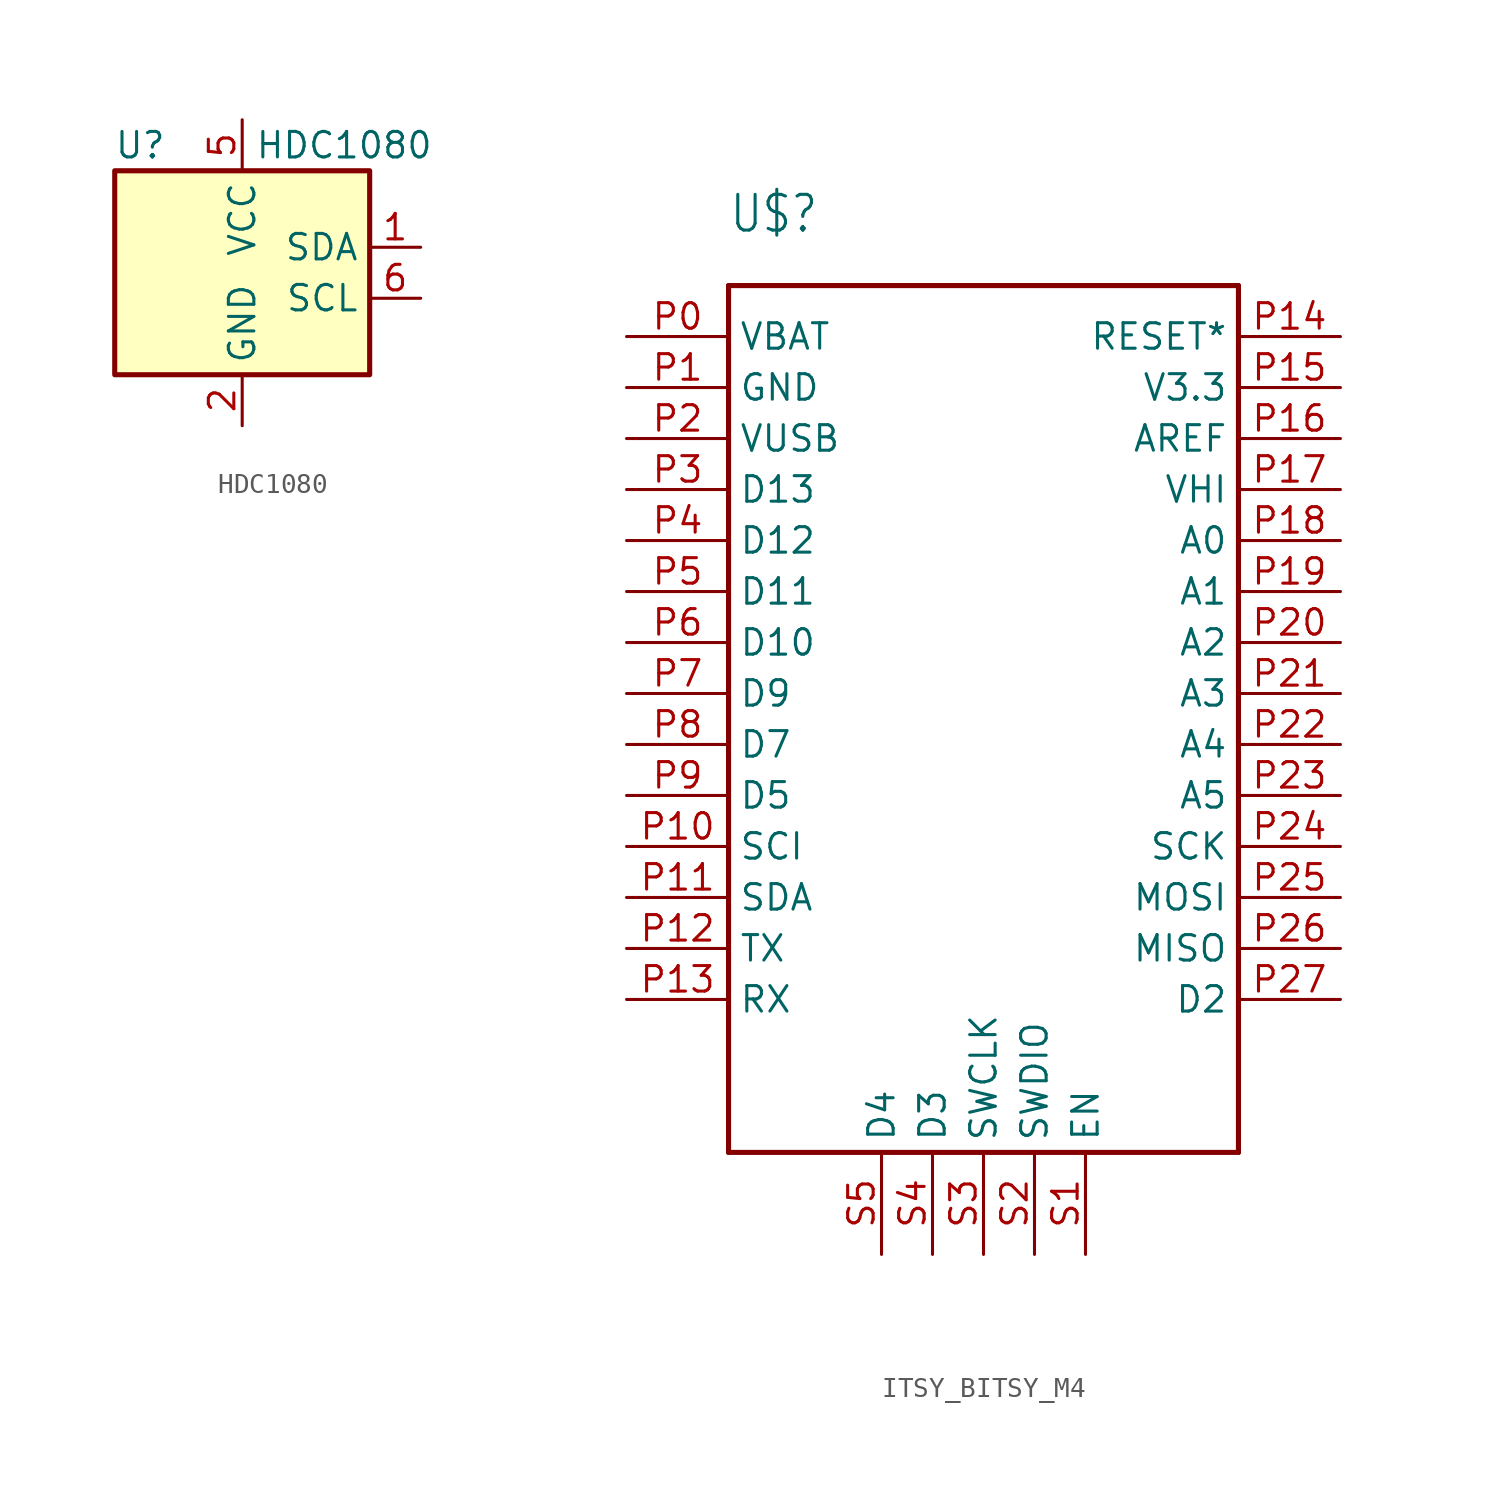
<source format=kicad_sym>
(kicad_symbol_lib
  (version 20241209)
  (generator "kicad_symbol_editor")
  (generator_version "9.0")
  (symbol "HDC1080"
    (property "Reference" "U"
      (at -5.08 6.35 0)
      (effects (font (size 1.27 1.27))))
    (property "Value" "HDC1080"
      (at 5.08 6.35 0)
      (effects (font (size 1.27 1.27))))
    (symbol "HDC1080_0_1"
      (rectangle (start -6.35 5.08) (end 6.35 -5.08) (stroke (width 0.254) (type default)) (fill (type background))))
    (symbol "HDC1080_1_1"
      (pin no_connect line (at -6.35 2.54 0) (length 2.54) (hide yes) (name "DAP" (effects (font (size 1.27 1.27)))) (number "7" (effects (font (size 1.27 1.27)))))
      (pin no_connect line (at -6.35 0 0) (length 2.54) (hide yes) (name "NC" (effects (font (size 1.27 1.27)))) (number "3" (effects (font (size 1.27 1.27)))))
      (pin no_connect line (at -6.35 -2.54 0) (length 2.54) (hide yes) (name "NC" (effects (font (size 1.27 1.27)))) (number "4" (effects (font (size 1.27 1.27)))))
      (pin power_in line (at 0 7.62 270) (length 2.54) (name "VCC" (effects (font (size 1.27 1.27)))) (number "5" (effects (font (size 1.27 1.27)))))
      (pin power_in line (at 0 -7.62 90) (length 2.54) (name "GND" (effects (font (size 1.27 1.27)))) (number "2" (effects (font (size 1.27 1.27)))))
      (pin bidirectional line (at 8.89 1.27 180) (length 2.54) (name "SDA" (effects (font (size 1.27 1.27)))) (number "1" (effects (font (size 1.27 1.27)))))
      (pin input line (at 8.89 -1.27 180) (length 2.54) (name "SCL" (effects (font (size 1.27 1.27)))) (number "6" (effects (font (size 1.27 1.27)))))))
  (symbol "ITSY_BITSY_M4"
    (property "Reference" "U$"
      (at -10.16 5.08 0)
      (effects (font (size 1.778 1.511)) (justify left bottom)))
    (property "Value" ""
      (at -10.16 2.54 0)
      (effects (font (size 1.778 1.511)) (justify left bottom)))
    (property "ki_locked" ""
      (at 0 0 0)
      (effects (font (size 1.27 1.27))))
    (symbol "ITSY_BITSY_M4_1_0"
      (polyline (pts (xy -10.16 2.54) (xy 15.24 2.54)) (stroke (width 0.254) (type solid)) (fill (type none)))
      (polyline (pts (xy -10.16 -40.64) (xy -10.16 2.54)) (stroke (width 0.254) (type solid)) (fill (type none)))
      (polyline (pts (xy 15.24 2.54) (xy 15.24 -40.64)) (stroke (width 0.254) (type solid)) (fill (type none)))
      (polyline (pts (xy 15.24 -40.64) (xy -10.16 -40.64)) (stroke (width 0.254) (type solid)) (fill (type none)))
      (pin bidirectional line (at -15.24 0 0) (length 5.08) (name "VBAT" (effects (font (size 1.27 1.27)))) (number "P0" (effects (font (size 1.27 1.27)))))
      (pin bidirectional line (at -15.24 -2.54 0) (length 5.08) (name "GND" (effects (font (size 1.27 1.27)))) (number "P1" (effects (font (size 1.27 1.27)))))
      (pin bidirectional line (at -15.24 -5.08 0) (length 5.08) (name "VUSB" (effects (font (size 1.27 1.27)))) (number "P2" (effects (font (size 1.27 1.27)))))
      (pin bidirectional line (at -15.24 -7.62 0) (length 5.08) (name "D13" (effects (font (size 1.27 1.27)))) (number "P3" (effects (font (size 1.27 1.27)))))
      (pin bidirectional line (at -15.24 -10.16 0) (length 5.08) (name "D12" (effects (font (size 1.27 1.27)))) (number "P4" (effects (font (size 1.27 1.27)))))
      (pin bidirectional line (at -15.24 -12.7 0) (length 5.08) (name "D11" (effects (font (size 1.27 1.27)))) (number "P5" (effects (font (size 1.27 1.27)))))
      (pin bidirectional line (at -15.24 -15.24 0) (length 5.08) (name "D10" (effects (font (size 1.27 1.27)))) (number "P6" (effects (font (size 1.27 1.27)))))
      (pin bidirectional line (at -15.24 -17.78 0) (length 5.08) (name "D9" (effects (font (size 1.27 1.27)))) (number "P7" (effects (font (size 1.27 1.27)))))
      (pin bidirectional line (at -15.24 -20.32 0) (length 5.08) (name "D7" (effects (font (size 1.27 1.27)))) (number "P8" (effects (font (size 1.27 1.27)))))
      (pin bidirectional line (at -15.24 -22.86 0) (length 5.08) (name "D5" (effects (font (size 1.27 1.27)))) (number "P9" (effects (font (size 1.27 1.27)))))
      (pin bidirectional line (at -15.24 -25.4 0) (length 5.08) (name "SCI" (effects (font (size 1.27 1.27)))) (number "P10" (effects (font (size 1.27 1.27)))))
      (pin bidirectional line (at -15.24 -27.94 0) (length 5.08) (name "SDA" (effects (font (size 1.27 1.27)))) (number "P11" (effects (font (size 1.27 1.27)))))
      (pin bidirectional line (at -15.24 -30.48 0) (length 5.08) (name "TX" (effects (font (size 1.27 1.27)))) (number "P12" (effects (font (size 1.27 1.27)))))
      (pin bidirectional line (at -15.24 -33.02 0) (length 5.08) (name "RX" (effects (font (size 1.27 1.27)))) (number "P13" (effects (font (size 1.27 1.27)))))
      (pin bidirectional line (at -2.54 -45.72 90) (length 5.08) (name "D4" (effects (font (size 1.27 1.27)))) (number "S5" (effects (font (size 1.27 1.27)))))
      (pin bidirectional line (at 0 -45.72 90) (length 5.08) (name "D3" (effects (font (size 1.27 1.27)))) (number "S4" (effects (font (size 1.27 1.27)))))
      (pin bidirectional line (at 2.54 -45.72 90) (length 5.08) (name "SWCLK" (effects (font (size 1.27 1.27)))) (number "S3" (effects (font (size 1.27 1.27)))))
      (pin bidirectional line (at 5.08 -45.72 90) (length 5.08) (name "SWDIO" (effects (font (size 1.27 1.27)))) (number "S2" (effects (font (size 1.27 1.27)))))
      (pin bidirectional line (at 7.62 -45.72 90) (length 5.08) (name "EN" (effects (font (size 1.27 1.27)))) (number "S1" (effects (font (size 1.27 1.27)))))
      (pin bidirectional line (at 20.32 0 180) (length 5.08) (name "RESET*" (effects (font (size 1.27 1.27)))) (number "P14" (effects (font (size 1.27 1.27)))))
      (pin bidirectional line (at 20.32 -2.54 180) (length 5.08) (name "V3.3" (effects (font (size 1.27 1.27)))) (number "P15" (effects (font (size 1.27 1.27)))))
      (pin bidirectional line (at 20.32 -5.08 180) (length 5.08) (name "AREF" (effects (font (size 1.27 1.27)))) (number "P16" (effects (font (size 1.27 1.27)))))
      (pin bidirectional line (at 20.32 -7.62 180) (length 5.08) (name "VHI" (effects (font (size 1.27 1.27)))) (number "P17" (effects (font (size 1.27 1.27)))))
      (pin bidirectional line (at 20.32 -10.16 180) (length 5.08) (name "A0" (effects (font (size 1.27 1.27)))) (number "P18" (effects (font (size 1.27 1.27)))))
      (pin bidirectional line (at 20.32 -12.7 180) (length 5.08) (name "A1" (effects (font (size 1.27 1.27)))) (number "P19" (effects (font (size 1.27 1.27)))))
      (pin bidirectional line (at 20.32 -15.24 180) (length 5.08) (name "A2" (effects (font (size 1.27 1.27)))) (number "P20" (effects (font (size 1.27 1.27)))))
      (pin bidirectional line (at 20.32 -17.78 180) (length 5.08) (name "A3" (effects (font (size 1.27 1.27)))) (number "P21" (effects (font (size 1.27 1.27)))))
      (pin bidirectional line (at 20.32 -20.32 180) (length 5.08) (name "A4" (effects (font (size 1.27 1.27)))) (number "P22" (effects (font (size 1.27 1.27)))))
      (pin bidirectional line (at 20.32 -22.86 180) (length 5.08) (name "A5" (effects (font (size 1.27 1.27)))) (number "P23" (effects (font (size 1.27 1.27)))))
      (pin bidirectional line (at 20.32 -25.4 180) (length 5.08) (name "SCK" (effects (font (size 1.27 1.27)))) (number "P24" (effects (font (size 1.27 1.27)))))
      (pin bidirectional line (at 20.32 -27.94 180) (length 5.08) (name "MOSI" (effects (font (size 1.27 1.27)))) (number "P25" (effects (font (size 1.27 1.27)))))
      (pin bidirectional line (at 20.32 -30.48 180) (length 5.08) (name "MISO" (effects (font (size 1.27 1.27)))) (number "P26" (effects (font (size 1.27 1.27)))))
      (pin bidirectional line (at 20.32 -33.02 180) (length 5.08) (name "D2" (effects (font (size 1.27 1.27)))) (number "P27" (effects (font (size 1.27 1.27))))))))
</source>
